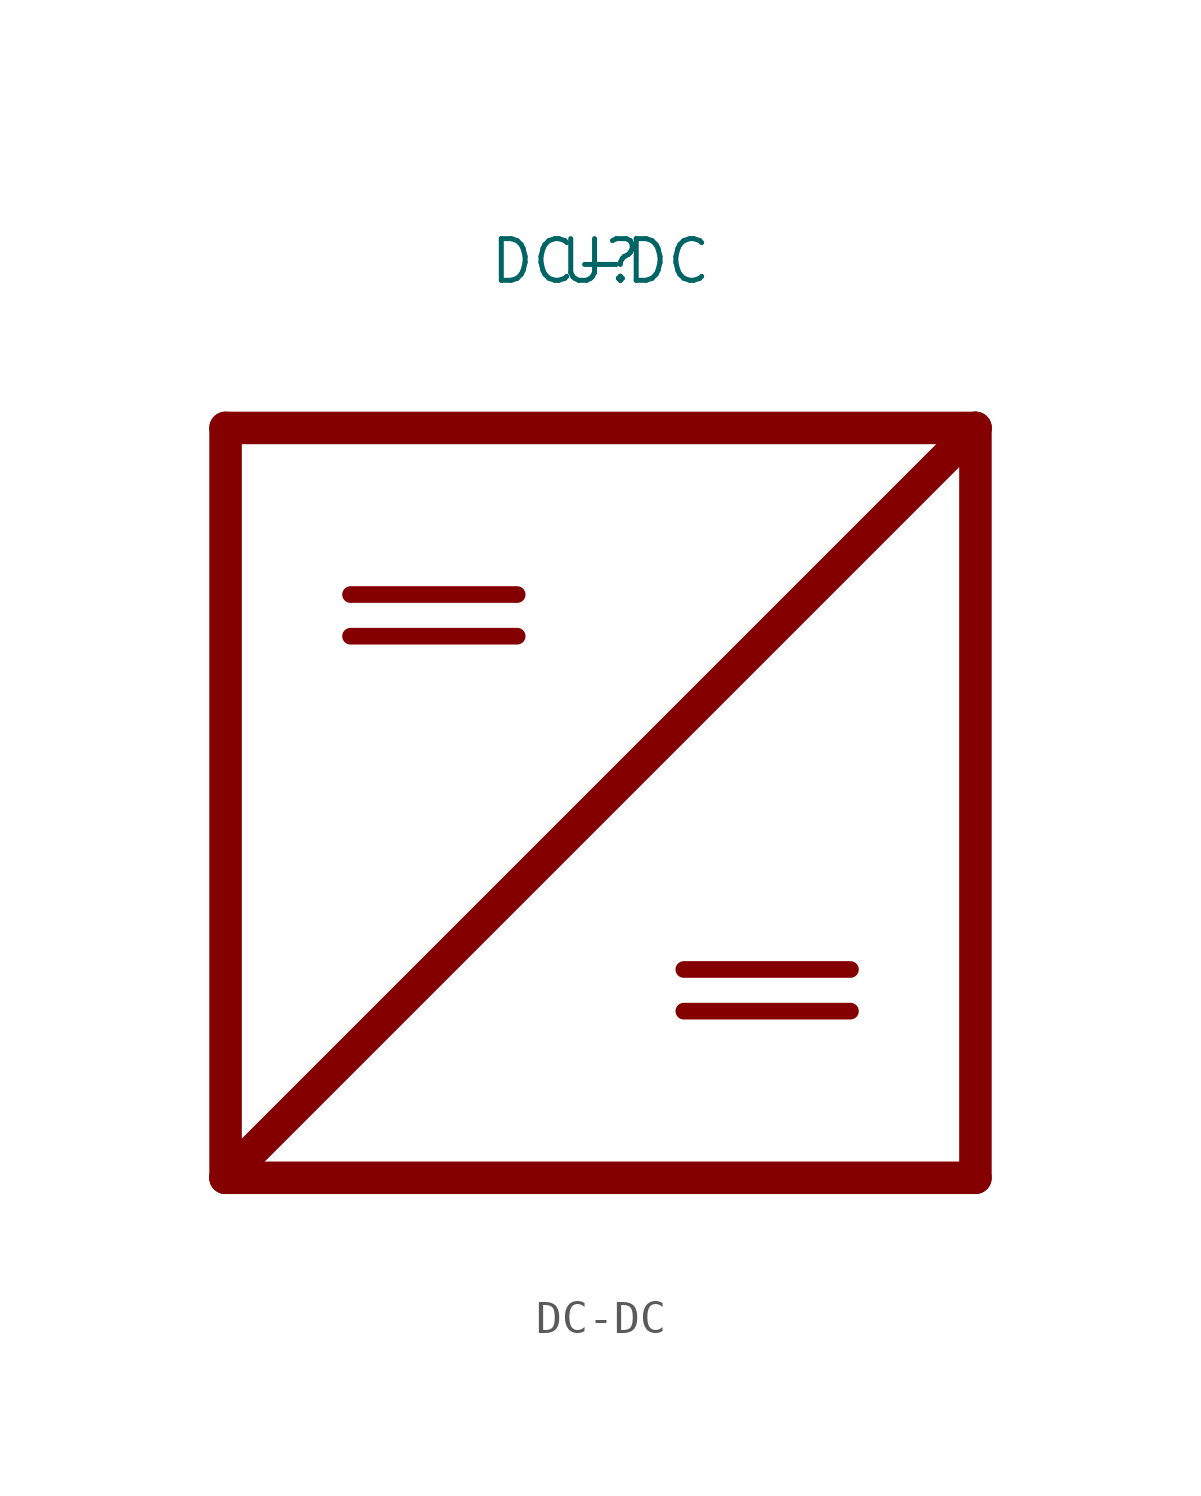
<source format=kicad_sym>
(kicad_symbol_lib
  (version 20231120)
  (generator "kicad_symbol_editor")
  (generator_version "8.0")
  (symbol "DC-DC"
    (pin_names
      (offset 1.016))
    (property "Reference" "U"
      (at 0 0 0)
      (effects (font (size 1.27 1.27))))
    (property "Value" "DC-DC"
      (at 0 0 0)
      (effects (font (size 1.27 1.27))))
    (symbol "DC-DC_1_1"
      (polyline (pts (xy -11.43 -27.94) (xy 11.43 -5.08)) (stroke (width 0.991) (type solid)) (fill (type none)))
      (polyline (pts (xy -11.43 -5.08) (xy -11.43 -27.94)) (stroke (width 0.991) (type solid)) (fill (type none)))
      (polyline (pts (xy -11.43 -5.08) (xy 11.43 -5.08)) (stroke (width 0.991) (type solid)) (fill (type none)))
      (polyline (pts (xy -7.62 -11.43) (xy -2.54 -11.43)) (stroke (width 0.508) (type solid)) (fill (type none)))
      (polyline (pts (xy -7.62 -10.16) (xy -2.54 -10.16)) (stroke (width 0.508) (type solid)) (fill (type none)))
      (polyline (pts (xy 2.54 -22.86) (xy 7.62 -22.86)) (stroke (width 0.508) (type solid)) (fill (type none)))
      (polyline (pts (xy 2.54 -21.59) (xy 7.62 -21.59)) (stroke (width 0.508) (type solid)) (fill (type none)))
      (polyline (pts (xy 11.43 -27.94) (xy -11.43 -27.94)) (stroke (width 0.991) (type solid)) (fill (type none)))
      (polyline (pts (xy 11.43 -27.94) (xy 11.43 -5.08)) (stroke (width 0.991) (type solid)) (fill (type none))))))
</source>
